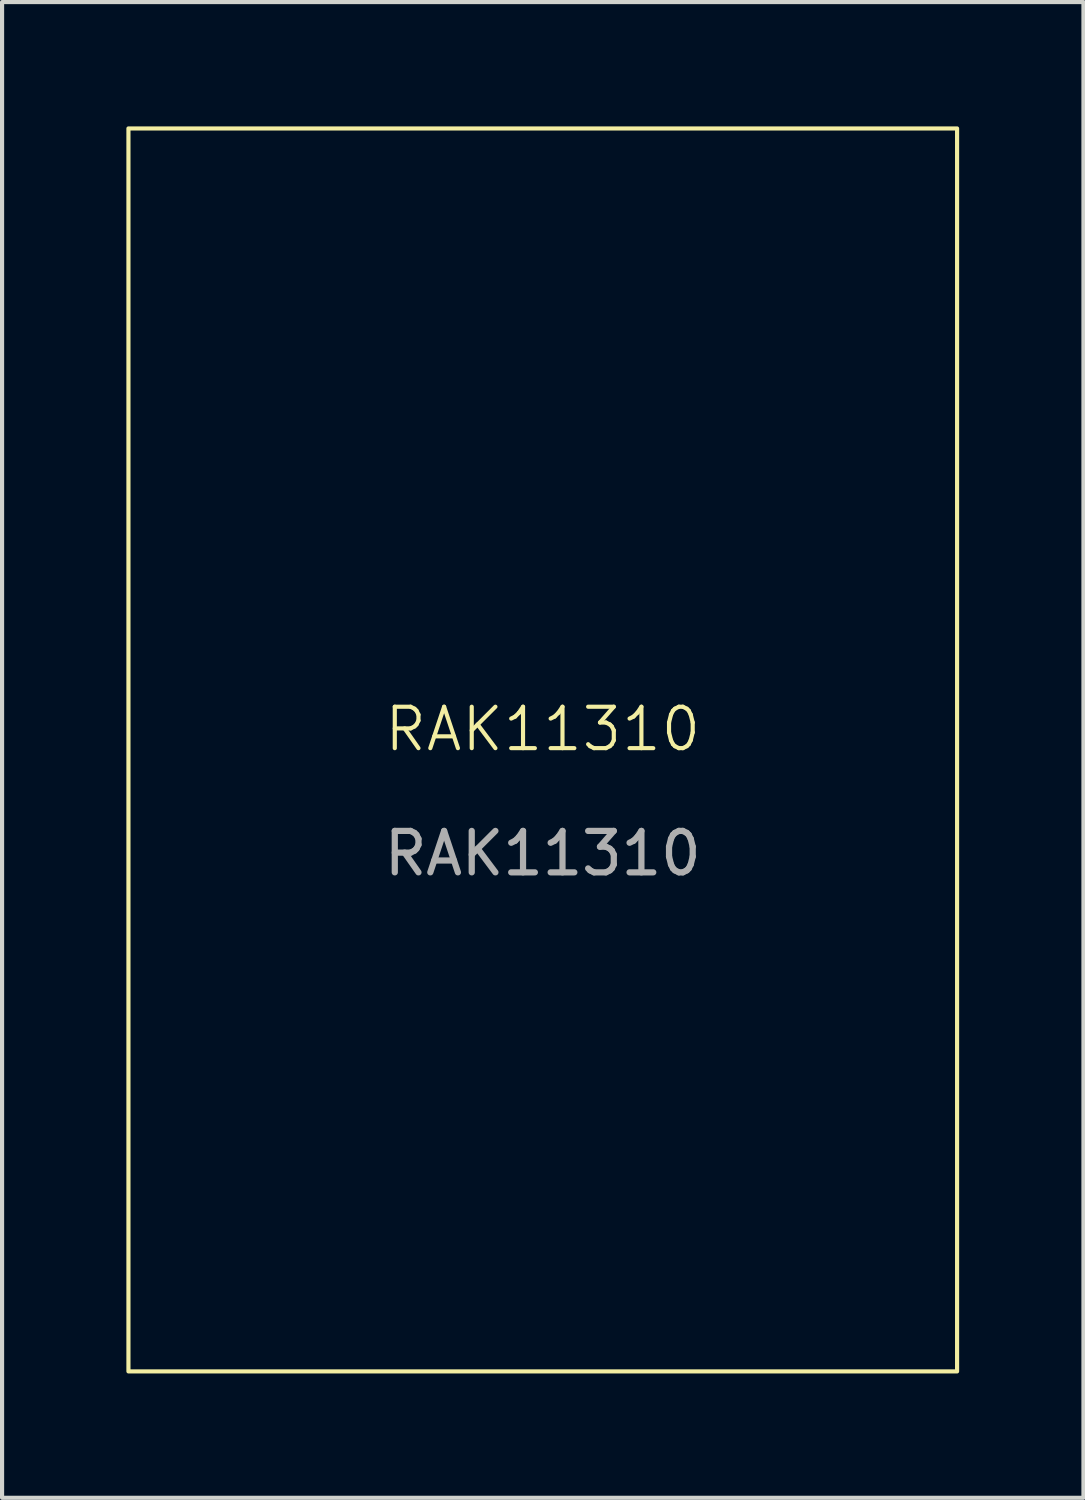
<source format=kicad_pcb>
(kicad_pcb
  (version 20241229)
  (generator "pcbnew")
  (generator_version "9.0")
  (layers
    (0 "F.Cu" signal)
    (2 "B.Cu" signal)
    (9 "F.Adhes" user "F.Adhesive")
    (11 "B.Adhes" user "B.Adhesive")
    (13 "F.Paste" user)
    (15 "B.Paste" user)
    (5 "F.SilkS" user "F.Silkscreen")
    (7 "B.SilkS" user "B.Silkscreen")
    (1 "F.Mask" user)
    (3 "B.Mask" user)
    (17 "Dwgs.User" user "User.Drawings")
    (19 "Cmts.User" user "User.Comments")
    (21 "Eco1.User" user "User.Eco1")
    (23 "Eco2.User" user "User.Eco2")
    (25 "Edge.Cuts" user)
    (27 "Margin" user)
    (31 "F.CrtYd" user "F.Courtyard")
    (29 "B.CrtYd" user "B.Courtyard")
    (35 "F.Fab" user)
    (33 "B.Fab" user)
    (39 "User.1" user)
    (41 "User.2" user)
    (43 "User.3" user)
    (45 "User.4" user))
  (footprint "RAK11310"
    (layer "F.Cu")
    (at 10.05 15.05)
    (property "Reference" "RAK11310" (at 0 -0.5 0) (unlocked yes) (layer "F.SilkS") (effects (font (size 1 1) (thickness 0.1))))
    (attr smd)
    (fp_rect (start -10 -15) (end 10 15) (stroke (width 0.1) (type default)) (fill no) (layer "F.SilkS"))
    (fp_text user "${REFERENCE}" (at 0 2.5 0) (unlocked yes) (layer "F.Fab") (effects (font (size 1 1) (thickness 0.15)))))
  (gr_rect
    (start -3 -3)
    (end 23.1 33.1)
    (stroke (width 0.1) (type default))
    (fill no)
    (layer "Edge.Cuts")))
</source>
